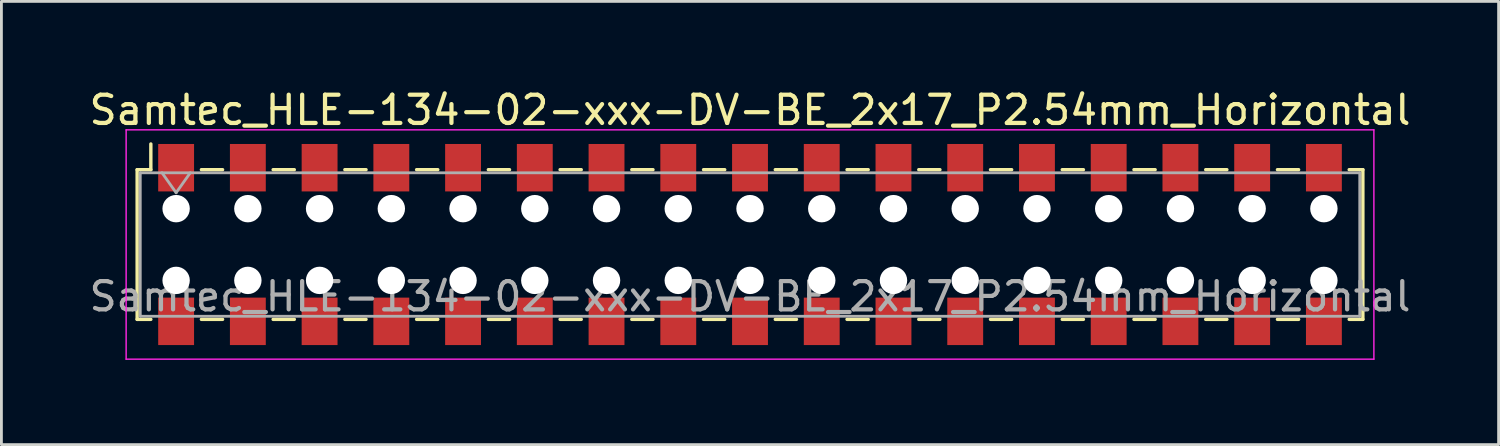
<source format=kicad_pcb>
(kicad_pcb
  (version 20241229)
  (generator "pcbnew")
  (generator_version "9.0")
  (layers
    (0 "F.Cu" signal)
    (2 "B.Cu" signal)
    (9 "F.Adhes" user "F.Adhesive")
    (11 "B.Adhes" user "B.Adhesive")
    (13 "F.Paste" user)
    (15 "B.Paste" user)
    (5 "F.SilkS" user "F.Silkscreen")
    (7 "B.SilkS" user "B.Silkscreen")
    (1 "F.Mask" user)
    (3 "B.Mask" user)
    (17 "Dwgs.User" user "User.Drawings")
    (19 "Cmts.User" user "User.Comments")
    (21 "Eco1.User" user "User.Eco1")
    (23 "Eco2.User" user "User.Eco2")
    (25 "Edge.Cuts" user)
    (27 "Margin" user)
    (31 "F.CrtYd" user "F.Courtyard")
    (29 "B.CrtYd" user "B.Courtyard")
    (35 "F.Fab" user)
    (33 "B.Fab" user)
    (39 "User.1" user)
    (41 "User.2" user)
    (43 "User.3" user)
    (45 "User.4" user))
  (footprint "Samtec_HLE-134-02-xxx-DV-BE_2x17_P2.54mm_Horizontal"
    (layer "F.Cu")
    (at 23.506 5.608)
    (property "Reference" "Samtec_HLE-134-02-xxx-DV-BE_2x17_P2.54mm_Horizontal" (at 0 -4.76 0) (layer "F.SilkS") (effects (font (size 1 1) (thickness 0.15))))
    (attr smd)
    (fp_line (start -21.7 -2.65) (end -21.7 2.65) (stroke (width 0.12) (type solid)) (layer "F.SilkS"))
    (fp_line (start -21.7 2.65) (end -21.215 2.65) (stroke (width 0.12) (type solid)) (layer "F.SilkS"))
    (fp_line (start -21.215 -3.56) (end -21.215 -2.65) (stroke (width 0.12) (type solid)) (layer "F.SilkS"))
    (fp_line (start -21.215 -2.65) (end -21.7 -2.65) (stroke (width 0.12) (type solid)) (layer "F.SilkS"))
    (fp_line (start -19.425 -2.65) (end -18.675 -2.65) (stroke (width 0.12) (type solid)) (layer "F.SilkS"))
    (fp_line (start -19.425 2.65) (end -18.675 2.65) (stroke (width 0.12) (type solid)) (layer "F.SilkS"))
    (fp_line (start -16.885 -2.65) (end -16.135 -2.65) (stroke (width 0.12) (type solid)) (layer "F.SilkS"))
    (fp_line (start -16.885 2.65) (end -16.135 2.65) (stroke (width 0.12) (type solid)) (layer "F.SilkS"))
    (fp_line (start -14.345 -2.65) (end -13.595 -2.65) (stroke (width 0.12) (type solid)) (layer "F.SilkS"))
    (fp_line (start -14.345 2.65) (end -13.595 2.65) (stroke (width 0.12) (type solid)) (layer "F.SilkS"))
    (fp_line (start -11.805 -2.65) (end -11.055 -2.65) (stroke (width 0.12) (type solid)) (layer "F.SilkS"))
    (fp_line (start -11.805 2.65) (end -11.055 2.65) (stroke (width 0.12) (type solid)) (layer "F.SilkS"))
    (fp_line (start -9.265 -2.65) (end -8.515 -2.65) (stroke (width 0.12) (type solid)) (layer "F.SilkS"))
    (fp_line (start -9.265 2.65) (end -8.515 2.65) (stroke (width 0.12) (type solid)) (layer "F.SilkS"))
    (fp_line (start -6.725 -2.65) (end -5.975 -2.65) (stroke (width 0.12) (type solid)) (layer "F.SilkS"))
    (fp_line (start -6.725 2.65) (end -5.975 2.65) (stroke (width 0.12) (type solid)) (layer "F.SilkS"))
    (fp_line (start -4.185 -2.65) (end -3.435 -2.65) (stroke (width 0.12) (type solid)) (layer "F.SilkS"))
    (fp_line (start -4.185 2.65) (end -3.435 2.65) (stroke (width 0.12) (type solid)) (layer "F.SilkS"))
    (fp_line (start -1.645 -2.65) (end -0.895 -2.65) (stroke (width 0.12) (type solid)) (layer "F.SilkS"))
    (fp_line (start -1.645 2.65) (end -0.895 2.65) (stroke (width 0.12) (type solid)) (layer "F.SilkS"))
    (fp_line (start 0.895 -2.65) (end 1.645 -2.65) (stroke (width 0.12) (type solid)) (layer "F.SilkS"))
    (fp_line (start 0.895 2.65) (end 1.645 2.65) (stroke (width 0.12) (type solid)) (layer "F.SilkS"))
    (fp_line (start 3.435 -2.65) (end 4.185 -2.65) (stroke (width 0.12) (type solid)) (layer "F.SilkS"))
    (fp_line (start 3.435 2.65) (end 4.185 2.65) (stroke (width 0.12) (type solid)) (layer "F.SilkS"))
    (fp_line (start 5.975 -2.65) (end 6.725 -2.65) (stroke (width 0.12) (type solid)) (layer "F.SilkS"))
    (fp_line (start 5.975 2.65) (end 6.725 2.65) (stroke (width 0.12) (type solid)) (layer "F.SilkS"))
    (fp_line (start 8.515 -2.65) (end 9.265 -2.65) (stroke (width 0.12) (type solid)) (layer "F.SilkS"))
    (fp_line (start 8.515 2.65) (end 9.265 2.65) (stroke (width 0.12) (type solid)) (layer "F.SilkS"))
    (fp_line (start 11.055 -2.65) (end 11.805 -2.65) (stroke (width 0.12) (type solid)) (layer "F.SilkS"))
    (fp_line (start 11.055 2.65) (end 11.805 2.65) (stroke (width 0.12) (type solid)) (layer "F.SilkS"))
    (fp_line (start 13.595 -2.65) (end 14.345 -2.65) (stroke (width 0.12) (type solid)) (layer "F.SilkS"))
    (fp_line (start 13.595 2.65) (end 14.345 2.65) (stroke (width 0.12) (type solid)) (layer "F.SilkS"))
    (fp_line (start 16.135 -2.65) (end 16.885 -2.65) (stroke (width 0.12) (type solid)) (layer "F.SilkS"))
    (fp_line (start 16.135 2.65) (end 16.885 2.65) (stroke (width 0.12) (type solid)) (layer "F.SilkS"))
    (fp_line (start 18.675 -2.65) (end 19.425 -2.65) (stroke (width 0.12) (type solid)) (layer "F.SilkS"))
    (fp_line (start 18.675 2.65) (end 19.425 2.65) (stroke (width 0.12) (type solid)) (layer "F.SilkS"))
    (fp_line (start 21.215 -2.65) (end 21.7 -2.65) (stroke (width 0.12) (type solid)) (layer "F.SilkS"))
    (fp_line (start 21.7 -2.65) (end 21.7 2.65) (stroke (width 0.12) (type solid)) (layer "F.SilkS"))
    (fp_line (start 21.7 2.65) (end 21.215 2.65) (stroke (width 0.12) (type solid)) (layer "F.SilkS"))
    (fp_line (start -22.09 -4.06) (end 22.09 -4.06) (stroke (width 0.05) (type solid)) (layer "F.CrtYd"))
    (fp_line (start -22.09 4.06) (end -22.09 -4.06) (stroke (width 0.05) (type solid)) (layer "F.CrtYd"))
    (fp_line (start 22.09 -4.06) (end 22.09 4.06) (stroke (width 0.05) (type solid)) (layer "F.CrtYd"))
    (fp_line (start 22.09 4.06) (end -22.09 4.06) (stroke (width 0.05) (type solid)) (layer "F.CrtYd"))
    (fp_line (start -21.59 -2.54) (end 21.59 -2.54) (stroke (width 0.1) (type solid)) (layer "F.Fab"))
    (fp_line (start -21.59 2.54) (end -21.59 -2.54) (stroke (width 0.1) (type solid)) (layer "F.Fab"))
    (fp_line (start -20.82 -2.54) (end -20.32 -1.833) (stroke (width 0.1) (type solid)) (layer "F.Fab"))
    (fp_line (start -20.32 -1.833) (end -19.82 -2.54) (stroke (width 0.1) (type solid)) (layer "F.Fab"))
    (fp_line (start 21.59 -2.54) (end 21.59 2.54) (stroke (width 0.1) (type solid)) (layer "F.Fab"))
    (fp_line (start 21.59 2.54) (end -21.59 2.54) (stroke (width 0.1) (type solid)) (layer "F.Fab"))
    (fp_text user "${REFERENCE}" (at 0 1.84 0) (layer "F.Fab") (effects (font (size 1 1) (thickness 0.15))))
    (pad "" np_thru_hole circle (at -20.32 -1.27) (size 0.97 0.97) (drill 0.97) (layers "*.Cu" "*.Mask"))
    (pad "" np_thru_hole circle (at -20.32 1.27) (size 0.97 0.97) (drill 0.97) (layers "*.Cu" "*.Mask"))
    (pad "" np_thru_hole circle (at -17.78 -1.27) (size 0.97 0.97) (drill 0.97) (layers "*.Cu" "*.Mask"))
    (pad "" np_thru_hole circle (at -17.78 1.27) (size 0.97 0.97) (drill 0.97) (layers "*.Cu" "*.Mask"))
    (pad "" np_thru_hole circle (at -15.24 -1.27) (size 0.97 0.97) (drill 0.97) (layers "*.Cu" "*.Mask"))
    (pad "" np_thru_hole circle (at -15.24 1.27) (size 0.97 0.97) (drill 0.97) (layers "*.Cu" "*.Mask"))
    (pad "" np_thru_hole circle (at -12.7 -1.27) (size 0.97 0.97) (drill 0.97) (layers "*.Cu" "*.Mask"))
    (pad "" np_thru_hole circle (at -12.7 1.27) (size 0.97 0.97) (drill 0.97) (layers "*.Cu" "*.Mask"))
    (pad "" np_thru_hole circle (at -10.16 -1.27) (size 0.97 0.97) (drill 0.97) (layers "*.Cu" "*.Mask"))
    (pad "" np_thru_hole circle (at -10.16 1.27) (size 0.97 0.97) (drill 0.97) (layers "*.Cu" "*.Mask"))
    (pad "" np_thru_hole circle (at -7.62 -1.27) (size 0.97 0.97) (drill 0.97) (layers "*.Cu" "*.Mask"))
    (pad "" np_thru_hole circle (at -7.62 1.27) (size 0.97 0.97) (drill 0.97) (layers "*.Cu" "*.Mask"))
    (pad "" np_thru_hole circle (at -5.08 -1.27) (size 0.97 0.97) (drill 0.97) (layers "*.Cu" "*.Mask"))
    (pad "" np_thru_hole circle (at -5.08 1.27) (size 0.97 0.97) (drill 0.97) (layers "*.Cu" "*.Mask"))
    (pad "" np_thru_hole circle (at -2.54 -1.27) (size 0.97 0.97) (drill 0.97) (layers "*.Cu" "*.Mask"))
    (pad "" np_thru_hole circle (at -2.54 1.27) (size 0.97 0.97) (drill 0.97) (layers "*.Cu" "*.Mask"))
    (pad "" np_thru_hole circle (at 0 -1.27) (size 0.97 0.97) (drill 0.97) (layers "*.Cu" "*.Mask"))
    (pad "" np_thru_hole circle (at 0 1.27) (size 0.97 0.97) (drill 0.97) (layers "*.Cu" "*.Mask"))
    (pad "" np_thru_hole circle (at 2.54 -1.27) (size 0.97 0.97) (drill 0.97) (layers "*.Cu" "*.Mask"))
    (pad "" np_thru_hole circle (at 2.54 1.27) (size 0.97 0.97) (drill 0.97) (layers "*.Cu" "*.Mask"))
    (pad "" np_thru_hole circle (at 5.08 -1.27) (size 0.97 0.97) (drill 0.97) (layers "*.Cu" "*.Mask"))
    (pad "" np_thru_hole circle (at 5.08 1.27) (size 0.97 0.97) (drill 0.97) (layers "*.Cu" "*.Mask"))
    (pad "" np_thru_hole circle (at 7.62 -1.27) (size 0.97 0.97) (drill 0.97) (layers "*.Cu" "*.Mask"))
    (pad "" np_thru_hole circle (at 7.62 1.27) (size 0.97 0.97) (drill 0.97) (layers "*.Cu" "*.Mask"))
    (pad "" np_thru_hole circle (at 10.16 -1.27) (size 0.97 0.97) (drill 0.97) (layers "*.Cu" "*.Mask"))
    (pad "" np_thru_hole circle (at 10.16 1.27) (size 0.97 0.97) (drill 0.97) (layers "*.Cu" "*.Mask"))
    (pad "" np_thru_hole circle (at 12.7 -1.27) (size 0.97 0.97) (drill 0.97) (layers "*.Cu" "*.Mask"))
    (pad "" np_thru_hole circle (at 12.7 1.27) (size 0.97 0.97) (drill 0.97) (layers "*.Cu" "*.Mask"))
    (pad "" np_thru_hole circle (at 15.24 -1.27) (size 0.97 0.97) (drill 0.97) (layers "*.Cu" "*.Mask"))
    (pad "" np_thru_hole circle (at 15.24 1.27) (size 0.97 0.97) (drill 0.97) (layers "*.Cu" "*.Mask"))
    (pad "" np_thru_hole circle (at 17.78 -1.27) (size 0.97 0.97) (drill 0.97) (layers "*.Cu" "*.Mask"))
    (pad "" np_thru_hole circle (at 17.78 1.27) (size 0.97 0.97) (drill 0.97) (layers "*.Cu" "*.Mask"))
    (pad "" np_thru_hole circle (at 20.32 -1.27) (size 0.97 0.97) (drill 0.97) (layers "*.Cu" "*.Mask"))
    (pad "" np_thru_hole circle (at 20.32 1.27) (size 0.97 0.97) (drill 0.97) (layers "*.Cu" "*.Mask"))
    (pad "1" smd rect (at -20.32 -2.72) (size 1.27 1.68) (layers "F.Cu" "F.Mask" "F.Paste"))
    (pad "2" smd rect (at -20.32 2.72) (size 1.27 1.68) (layers "F.Cu" "F.Mask" "F.Paste"))
    (pad "3" smd rect (at -17.78 -2.72) (size 1.27 1.68) (layers "F.Cu" "F.Mask" "F.Paste"))
    (pad "4" smd rect (at -17.78 2.72) (size 1.27 1.68) (layers "F.Cu" "F.Mask" "F.Paste"))
    (pad "5" smd rect (at -15.24 -2.72) (size 1.27 1.68) (layers "F.Cu" "F.Mask" "F.Paste"))
    (pad "6" smd rect (at -15.24 2.72) (size 1.27 1.68) (layers "F.Cu" "F.Mask" "F.Paste"))
    (pad "7" smd rect (at -12.7 -2.72) (size 1.27 1.68) (layers "F.Cu" "F.Mask" "F.Paste"))
    (pad "8" smd rect (at -12.7 2.72) (size 1.27 1.68) (layers "F.Cu" "F.Mask" "F.Paste"))
    (pad "9" smd rect (at -10.16 -2.72) (size 1.27 1.68) (layers "F.Cu" "F.Mask" "F.Paste"))
    (pad "10" smd rect (at -10.16 2.72) (size 1.27 1.68) (layers "F.Cu" "F.Mask" "F.Paste"))
    (pad "11" smd rect (at -7.62 -2.72) (size 1.27 1.68) (layers "F.Cu" "F.Mask" "F.Paste"))
    (pad "12" smd rect (at -7.62 2.72) (size 1.27 1.68) (layers "F.Cu" "F.Mask" "F.Paste"))
    (pad "13" smd rect (at -5.08 -2.72) (size 1.27 1.68) (layers "F.Cu" "F.Mask" "F.Paste"))
    (pad "14" smd rect (at -5.08 2.72) (size 1.27 1.68) (layers "F.Cu" "F.Mask" "F.Paste"))
    (pad "15" smd rect (at -2.54 -2.72) (size 1.27 1.68) (layers "F.Cu" "F.Mask" "F.Paste"))
    (pad "16" smd rect (at -2.54 2.72) (size 1.27 1.68) (layers "F.Cu" "F.Mask" "F.Paste"))
    (pad "17" smd rect (at 0 -2.72) (size 1.27 1.68) (layers "F.Cu" "F.Mask" "F.Paste"))
    (pad "18" smd rect (at 0 2.72) (size 1.27 1.68) (layers "F.Cu" "F.Mask" "F.Paste"))
    (pad "19" smd rect (at 2.54 -2.72) (size 1.27 1.68) (layers "F.Cu" "F.Mask" "F.Paste"))
    (pad "20" smd rect (at 2.54 2.72) (size 1.27 1.68) (layers "F.Cu" "F.Mask" "F.Paste"))
    (pad "21" smd rect (at 5.08 -2.72) (size 1.27 1.68) (layers "F.Cu" "F.Mask" "F.Paste"))
    (pad "22" smd rect (at 5.08 2.72) (size 1.27 1.68) (layers "F.Cu" "F.Mask" "F.Paste"))
    (pad "23" smd rect (at 7.62 -2.72) (size 1.27 1.68) (layers "F.Cu" "F.Mask" "F.Paste"))
    (pad "24" smd rect (at 7.62 2.72) (size 1.27 1.68) (layers "F.Cu" "F.Mask" "F.Paste"))
    (pad "25" smd rect (at 10.16 -2.72) (size 1.27 1.68) (layers "F.Cu" "F.Mask" "F.Paste"))
    (pad "26" smd rect (at 10.16 2.72) (size 1.27 1.68) (layers "F.Cu" "F.Mask" "F.Paste"))
    (pad "27" smd rect (at 12.7 -2.72) (size 1.27 1.68) (layers "F.Cu" "F.Mask" "F.Paste"))
    (pad "28" smd rect (at 12.7 2.72) (size 1.27 1.68) (layers "F.Cu" "F.Mask" "F.Paste"))
    (pad "29" smd rect (at 15.24 -2.72) (size 1.27 1.68) (layers "F.Cu" "F.Mask" "F.Paste"))
    (pad "30" smd rect (at 15.24 2.72) (size 1.27 1.68) (layers "F.Cu" "F.Mask" "F.Paste"))
    (pad "31" smd rect (at 17.78 -2.72) (size 1.27 1.68) (layers "F.Cu" "F.Mask" "F.Paste"))
    (pad "32" smd rect (at 17.78 2.72) (size 1.27 1.68) (layers "F.Cu" "F.Mask" "F.Paste"))
    (pad "33" smd rect (at 20.32 -2.72) (size 1.27 1.68) (layers "F.Cu" "F.Mask" "F.Paste"))
    (pad "34" smd rect (at 20.32 2.72) (size 1.27 1.68) (layers "F.Cu" "F.Mask" "F.Paste")))
  (gr_rect
    (start -3 -3)
    (end 50.012 12.693)
    (stroke (width 0.1) (type default))
    (fill no)
    (layer "Edge.Cuts")))
</source>
